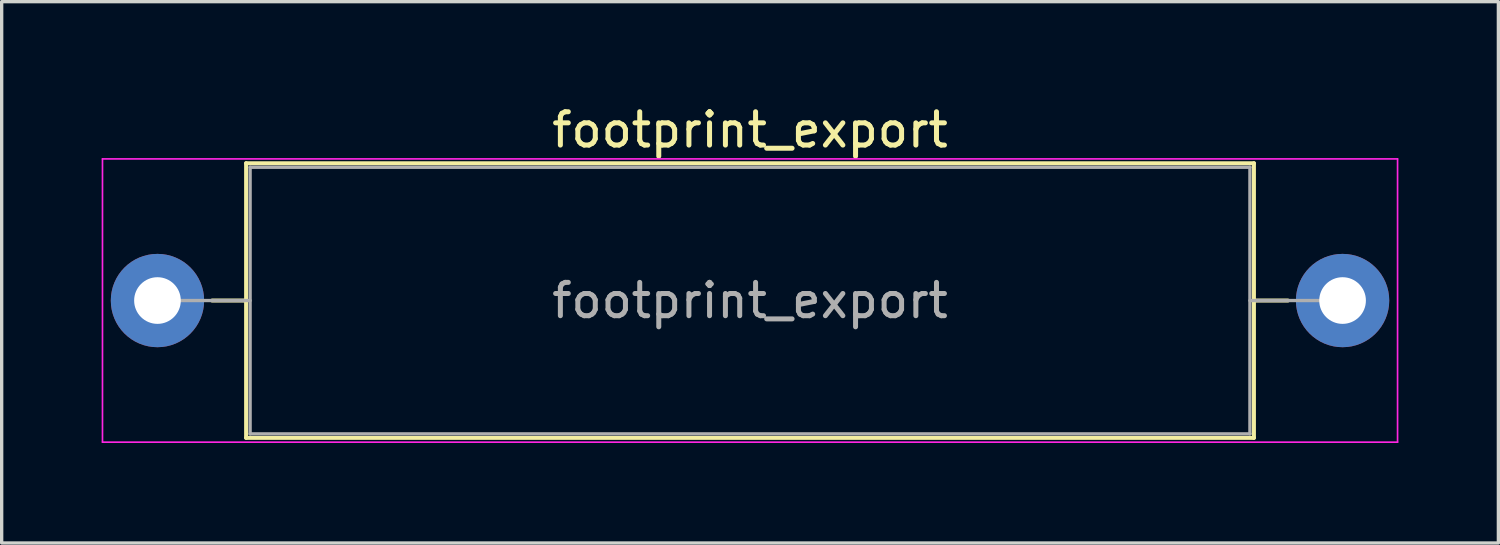
<source format=kicad_pcb>
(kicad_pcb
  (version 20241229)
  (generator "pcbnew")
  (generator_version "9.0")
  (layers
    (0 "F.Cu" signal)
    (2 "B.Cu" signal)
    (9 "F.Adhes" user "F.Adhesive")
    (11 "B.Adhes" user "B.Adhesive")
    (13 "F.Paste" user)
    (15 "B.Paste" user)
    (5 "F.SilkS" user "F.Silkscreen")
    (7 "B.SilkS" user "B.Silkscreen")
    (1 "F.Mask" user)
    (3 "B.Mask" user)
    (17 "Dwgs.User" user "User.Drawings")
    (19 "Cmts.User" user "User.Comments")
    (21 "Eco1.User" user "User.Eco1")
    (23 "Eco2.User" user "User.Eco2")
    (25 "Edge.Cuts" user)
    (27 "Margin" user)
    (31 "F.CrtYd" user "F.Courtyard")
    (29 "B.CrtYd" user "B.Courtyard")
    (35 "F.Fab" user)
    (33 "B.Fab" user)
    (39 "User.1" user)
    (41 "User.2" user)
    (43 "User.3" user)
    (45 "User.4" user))
  (footprint "footprint_export"
    (layer "F.Cu")
    (at 1.675 5.968)
    (property "Reference" "footprint_export" (at 17.78 -5.12 0) (layer "F.SilkS") (effects (font (size 1 1) (thickness 0.15))))
    (attr through_hole)
    (fp_line (start 1.64 0) (end 2.66 0) (stroke (width 0.12) (type solid)) (layer "F.SilkS"))
    (fp_line (start 2.66 -4.12) (end 2.66 4.12) (stroke (width 0.12) (type solid)) (layer "F.SilkS"))
    (fp_line (start 2.66 4.12) (end 32.9 4.12) (stroke (width 0.12) (type solid)) (layer "F.SilkS"))
    (fp_line (start 32.9 -4.12) (end 2.66 -4.12) (stroke (width 0.12) (type solid)) (layer "F.SilkS"))
    (fp_line (start 32.9 4.12) (end 32.9 -4.12) (stroke (width 0.12) (type solid)) (layer "F.SilkS"))
    (fp_line (start 33.92 0) (end 32.9 0) (stroke (width 0.12) (type solid)) (layer "F.SilkS"))
    (fp_line (start -1.65 -4.25) (end -1.65 4.25) (stroke (width 0.05) (type solid)) (layer "F.CrtYd"))
    (fp_line (start -1.65 4.25) (end 37.21 4.25) (stroke (width 0.05) (type solid)) (layer "F.CrtYd"))
    (fp_line (start 37.21 -4.25) (end -1.65 -4.25) (stroke (width 0.05) (type solid)) (layer "F.CrtYd"))
    (fp_line (start 37.21 4.25) (end 37.21 -4.25) (stroke (width 0.05) (type solid)) (layer "F.CrtYd"))
    (fp_line (start 0 0) (end 2.78 0) (stroke (width 0.1) (type solid)) (layer "F.Fab"))
    (fp_line (start 2.78 -4) (end 2.78 4) (stroke (width 0.1) (type solid)) (layer "F.Fab"))
    (fp_line (start 2.78 4) (end 32.78 4) (stroke (width 0.1) (type solid)) (layer "F.Fab"))
    (fp_line (start 32.78 -4) (end 2.78 -4) (stroke (width 0.1) (type solid)) (layer "F.Fab"))
    (fp_line (start 32.78 4) (end 32.78 -4) (stroke (width 0.1) (type solid)) (layer "F.Fab"))
    (fp_line (start 35.56 0) (end 32.78 0) (stroke (width 0.1) (type solid)) (layer "F.Fab"))
    (fp_text user "${REFERENCE}" (at 17.78 0 0) (layer "F.Fab") (effects (font (size 1 1) (thickness 0.15))))
    (pad "1" thru_hole circle (at 0 0) (size 2.8 2.8) (drill 1.4) (layers "*.Cu" "*.Mask"))
    (pad "2" thru_hole oval (at 35.56 0) (size 2.8 2.8) (drill 1.4) (layers "*.Cu" "*.Mask")))
  (gr_rect
    (start -3 -3)
    (end 41.91 13.243)
    (stroke (width 0.1) (type default))
    (fill no)
    (layer "Edge.Cuts")))
</source>
